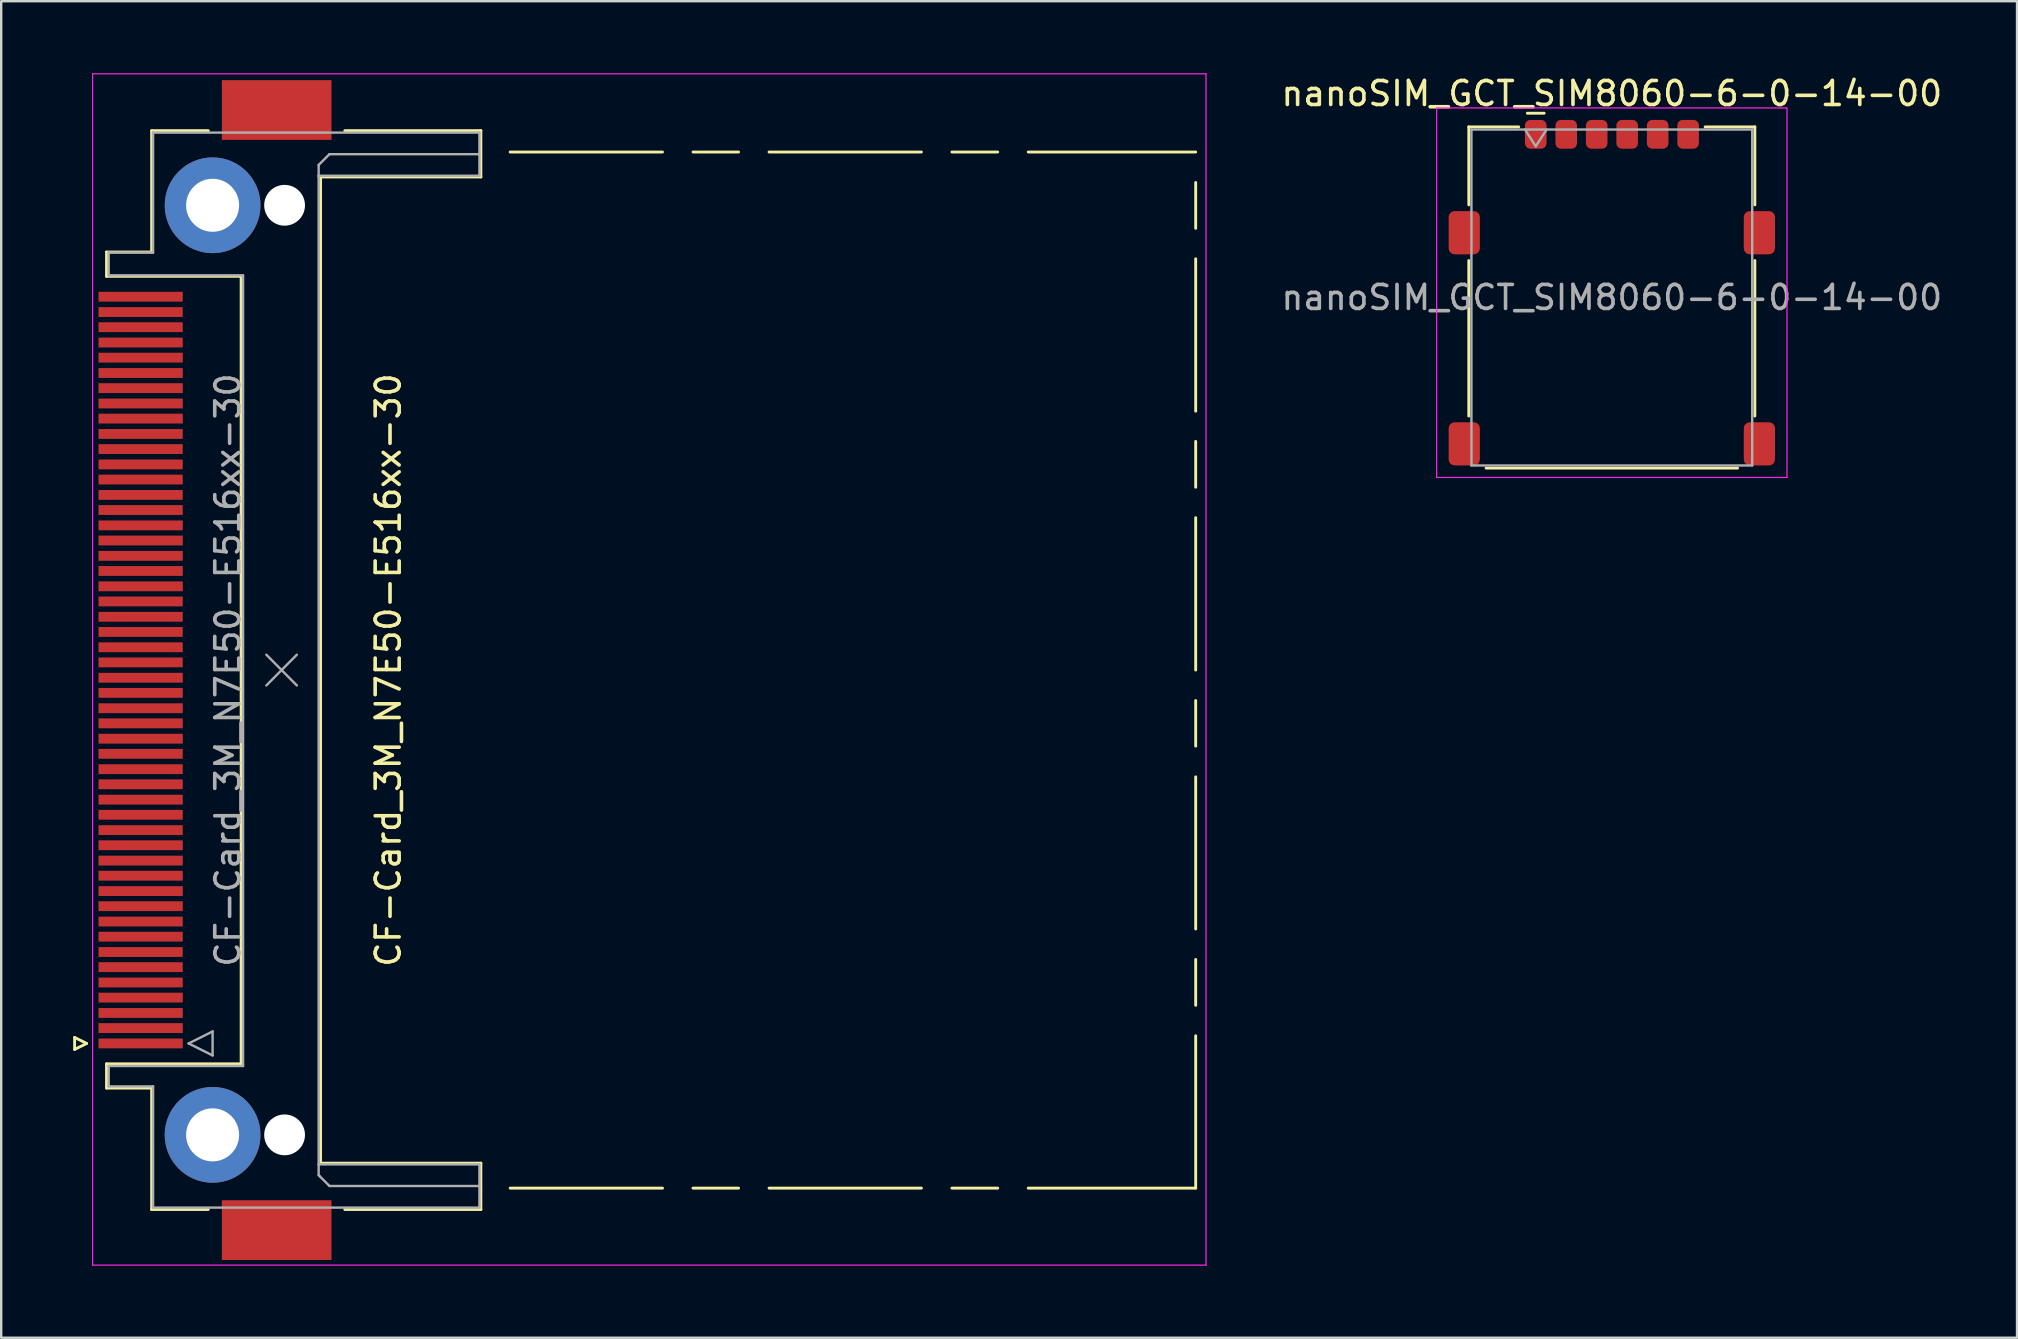
<source format=kicad_pcb>
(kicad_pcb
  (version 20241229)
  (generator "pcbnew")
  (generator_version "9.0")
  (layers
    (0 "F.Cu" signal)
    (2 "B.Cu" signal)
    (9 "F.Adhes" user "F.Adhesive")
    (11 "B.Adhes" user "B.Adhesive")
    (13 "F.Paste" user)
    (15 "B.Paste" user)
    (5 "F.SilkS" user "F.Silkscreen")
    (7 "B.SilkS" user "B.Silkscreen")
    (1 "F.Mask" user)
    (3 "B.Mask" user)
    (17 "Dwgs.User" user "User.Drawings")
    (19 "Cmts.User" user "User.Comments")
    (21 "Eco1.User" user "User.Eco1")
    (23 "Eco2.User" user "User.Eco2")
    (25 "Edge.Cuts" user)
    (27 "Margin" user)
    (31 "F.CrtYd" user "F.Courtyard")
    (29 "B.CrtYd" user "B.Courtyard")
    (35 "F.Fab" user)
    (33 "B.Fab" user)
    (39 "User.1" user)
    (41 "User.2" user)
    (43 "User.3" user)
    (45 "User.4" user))
  (footprint "CF-Card_3M_N7E50-E516xx-30"
    (layer "F.Cu")
    (at 5.91 24.875)
    (property "Reference" "CF-Card_3M_N7E50-E516xx-30" (at 7.22 0 90) (layer "F.SilkS") (effects (font (size 1 1) (thickness 0.15))))
    (attr smd)
    (fp_line (start -5.85 15.31) (end -5.35 15.56) (stroke (width 0.12) (type solid)) (layer "F.SilkS"))
    (fp_line (start -5.85 15.81) (end -5.85 15.31) (stroke (width 0.12) (type solid)) (layer "F.SilkS"))
    (fp_line (start -5.35 15.56) (end -5.85 15.81) (stroke (width 0.12) (type solid)) (layer "F.SilkS"))
    (fp_line (start -4.52 -17.42) (end -2.64 -17.42) (stroke (width 0.12) (type solid)) (layer "F.SilkS"))
    (fp_line (start -4.52 -16.41) (end -4.52 -17.42) (stroke (width 0.12) (type solid)) (layer "F.SilkS"))
    (fp_line (start -4.52 16.41) (end 1.09 16.41) (stroke (width 0.12) (type solid)) (layer "F.SilkS"))
    (fp_line (start -4.52 17.42) (end -4.52 16.41) (stroke (width 0.12) (type solid)) (layer "F.SilkS"))
    (fp_line (start -2.64 -22.48) (end -0.28 -22.48) (stroke (width 0.12) (type solid)) (layer "F.SilkS"))
    (fp_line (start -2.64 -17.42) (end -2.64 -22.48) (stroke (width 0.12) (type solid)) (layer "F.SilkS"))
    (fp_line (start -2.64 17.42) (end -4.52 17.42) (stroke (width 0.12) (type solid)) (layer "F.SilkS"))
    (fp_line (start -2.64 22.48) (end -2.64 17.42) (stroke (width 0.12) (type solid)) (layer "F.SilkS"))
    (fp_line (start -0.28 22.48) (end -2.64 22.48) (stroke (width 0.12) (type solid)) (layer "F.SilkS"))
    (fp_line (start 1.09 -16.41) (end -4.52 -16.41) (stroke (width 0.12) (type solid)) (layer "F.SilkS"))
    (fp_line (start 1.09 16.41) (end 1.09 -16.41) (stroke (width 0.12) (type solid)) (layer "F.SilkS"))
    (fp_line (start 4.4 -20.55) (end 11.08 -20.55) (stroke (width 0.12) (type solid)) (layer "F.SilkS"))
    (fp_line (start 4.4 20.55) (end 4.4 -20.55) (stroke (width 0.12) (type solid)) (layer "F.SilkS"))
    (fp_line (start 5.41 22.48) (end 11.08 22.48) (stroke (width 0.12) (type solid)) (layer "F.SilkS"))
    (fp_line (start 11.08 -22.48) (end 5.41 -22.48) (stroke (width 0.12) (type solid)) (layer "F.SilkS"))
    (fp_line (start 11.08 -20.55) (end 11.08 -22.48) (stroke (width 0.12) (type solid)) (layer "F.SilkS"))
    (fp_line (start 11.08 20.55) (end 4.4 20.55) (stroke (width 0.12) (type solid)) (layer "F.SilkS"))
    (fp_line (start 11.08 22.48) (end 11.08 20.55) (stroke (width 0.12) (type solid)) (layer "F.SilkS"))
    (fp_line (start 12.3 -21.59) (end 18.65 -21.59) (stroke (width 0.12) (type solid)) (layer "F.SilkS"))
    (fp_line (start 12.3 21.59) (end 18.65 21.59) (stroke (width 0.12) (type solid)) (layer "F.SilkS"))
    (fp_line (start 19.92 -21.59) (end 21.82 -21.59) (stroke (width 0.12) (type solid)) (layer "F.SilkS"))
    (fp_line (start 19.92 21.59) (end 21.82 21.59) (stroke (width 0.12) (type solid)) (layer "F.SilkS"))
    (fp_line (start 23.09 -21.59) (end 29.44 -21.59) (stroke (width 0.12) (type solid)) (layer "F.SilkS"))
    (fp_line (start 23.09 21.59) (end 29.44 21.59) (stroke (width 0.12) (type solid)) (layer "F.SilkS"))
    (fp_line (start 30.71 -21.59) (end 32.62 -21.59) (stroke (width 0.12) (type solid)) (layer "F.SilkS"))
    (fp_line (start 30.71 21.59) (end 32.62 21.59) (stroke (width 0.12) (type solid)) (layer "F.SilkS"))
    (fp_line (start 33.89 -21.59) (end 40.87 -21.59) (stroke (width 0.12) (type solid)) (layer "F.SilkS"))
    (fp_line (start 33.89 21.59) (end 40.87 21.59) (stroke (width 0.12) (type solid)) (layer "F.SilkS"))
    (fp_line (start 40.87 -18.41) (end 40.87 -20.32) (stroke (width 0.12) (type solid)) (layer "F.SilkS"))
    (fp_line (start 40.87 -10.79) (end 40.87 -17.14) (stroke (width 0.12) (type solid)) (layer "F.SilkS"))
    (fp_line (start 40.87 -7.62) (end 40.87 -9.53) (stroke (width 0.12) (type solid)) (layer "F.SilkS"))
    (fp_line (start 40.87 0) (end 40.87 -6.35) (stroke (width 0.12) (type solid)) (layer "F.SilkS"))
    (fp_line (start 40.87 3.17) (end 40.87 1.27) (stroke (width 0.12) (type solid)) (layer "F.SilkS"))
    (fp_line (start 40.87 10.79) (end 40.87 4.45) (stroke (width 0.12) (type solid)) (layer "F.SilkS"))
    (fp_line (start 40.87 13.97) (end 40.87 12.06) (stroke (width 0.12) (type solid)) (layer "F.SilkS"))
    (fp_line (start 40.87 21.59) (end 40.87 15.24) (stroke (width 0.12) (type solid)) (layer "F.SilkS"))
    (fp_line (start -5.1 -24.85) (end 41.3 -24.85) (stroke (width 0.05) (type solid)) (layer "F.CrtYd"))
    (fp_line (start -5.1 24.8) (end -5.1 -24.85) (stroke (width 0.05) (type solid)) (layer "F.CrtYd"))
    (fp_line (start -5.1 24.8) (end 41.3 24.8) (stroke (width 0.05) (type solid)) (layer "F.CrtYd"))
    (fp_line (start 41.3 24.8) (end 41.3 -24.85) (stroke (width 0.05) (type solid)) (layer "F.CrtYd"))
    (fp_line (start -4.43 -17.4) (end -4.43 -16.45) (stroke (width 0.1) (type solid)) (layer "F.Fab"))
    (fp_line (start -4.43 -16.45) (end 1.17 -16.45) (stroke (width 0.1) (type solid)) (layer "F.Fab"))
    (fp_line (start -4.43 16.5) (end -4.43 17.35) (stroke (width 0.1) (type solid)) (layer "F.Fab"))
    (fp_line (start -4.43 17.35) (end -2.58 17.35) (stroke (width 0.1) (type solid)) (layer "F.Fab"))
    (fp_line (start -2.58 -22.4) (end -2.58 -17.4) (stroke (width 0.1) (type solid)) (layer "F.Fab"))
    (fp_line (start -2.58 -17.4) (end -4.43 -17.4) (stroke (width 0.1) (type solid)) (layer "F.Fab"))
    (fp_line (start -2.58 17.35) (end -2.58 22.4) (stroke (width 0.1) (type solid)) (layer "F.Fab"))
    (fp_line (start -2.58 22.4) (end 11.02 22.4) (stroke (width 0.1) (type solid)) (layer "F.Fab"))
    (fp_line (start -1.1 15.56) (end -0.1 15.06) (stroke (width 0.1) (type solid)) (layer "F.Fab"))
    (fp_line (start -0.1 15.06) (end -0.1 16.06) (stroke (width 0.1) (type solid)) (layer "F.Fab"))
    (fp_line (start -0.1 16.06) (end -1.1 15.56) (stroke (width 0.1) (type solid)) (layer "F.Fab"))
    (fp_line (start 1.17 -16.45) (end 1.17 16.5) (stroke (width 0.1) (type solid)) (layer "F.Fab"))
    (fp_line (start 1.17 16.5) (end -4.43 16.5) (stroke (width 0.1) (type solid)) (layer "F.Fab"))
    (fp_line (start 2.14 -0.64) (end 3.41 0.64) (stroke (width 0.1) (type solid)) (layer "F.Fab"))
    (fp_line (start 2.14 0.64) (end 3.41 -0.64) (stroke (width 0.1) (type solid)) (layer "F.Fab"))
    (fp_line (start 4.32 -21.05) (end 4.32 -20.55) (stroke (width 0.1) (type solid)) (layer "F.Fab"))
    (fp_line (start 4.32 -20.6) (end 11.02 -20.6) (stroke (width 0.1) (type solid)) (layer "F.Fab"))
    (fp_line (start 4.32 20.6) (end 4.32 -20.6) (stroke (width 0.1) (type solid)) (layer "F.Fab"))
    (fp_line (start 4.32 21.05) (end 4.32 20.6) (stroke (width 0.1) (type solid)) (layer "F.Fab"))
    (fp_line (start 4.37 21.1) (end 4.32 21.05) (stroke (width 0.1) (type solid)) (layer "F.Fab"))
    (fp_line (start 4.77 -21.5) (end 4.32 -21.05) (stroke (width 0.1) (type solid)) (layer "F.Fab"))
    (fp_line (start 4.77 21.5) (end 4.37 21.1) (stroke (width 0.1) (type solid)) (layer "F.Fab"))
    (fp_line (start 11.02 -22.4) (end -2.58 -22.4) (stroke (width 0.1) (type solid)) (layer "F.Fab"))
    (fp_line (start 11.02 -21.5) (end 4.77 -21.5) (stroke (width 0.1) (type solid)) (layer "F.Fab"))
    (fp_line (start 11.02 -20.6) (end 11.02 -22.4) (stroke (width 0.1) (type solid)) (layer "F.Fab"))
    (fp_line (start 11.02 20.6) (end 4.32 20.6) (stroke (width 0.1) (type solid)) (layer "F.Fab"))
    (fp_line (start 11.02 21.5) (end 4.77 21.5) (stroke (width 0.1) (type solid)) (layer "F.Fab"))
    (fp_line (start 11.02 22.4) (end 11.02 20.6) (stroke (width 0.1) (type solid)) (layer "F.Fab"))
    (fp_text user "${REFERENCE}" (at 0.535 0 90) (layer "F.Fab") (effects (font (size 1 1) (thickness 0.15))))
    (pad "" thru_hole circle (at -0.1 -19.37 90) (size 3.99 3.99) (drill 2.21) (layers "*.Cu" "*.Mask"))
    (pad "" thru_hole circle (at -0.1 19.37 90) (size 3.99 3.99) (drill 2.21) (layers "*.Cu" "*.Mask"))
    (pad "" smd rect (at 2.57 -23.34 90) (size 2.49 4.57) (layers "F.Cu" "F.Mask" "F.Paste"))
    (pad "" smd rect (at 2.57 23.34 90) (size 2.49 4.57) (layers "F.Cu" "F.Mask" "F.Paste"))
    (pad "" np_thru_hole circle (at 2.9 -19.37 90) (size 1.7 1.7) (drill 1.7) (layers "*.Cu" "*.Mask"))
    (pad "" np_thru_hole circle (at 2.9 19.37 90) (size 1.7 1.7) (drill 1.7) (layers "*.Cu" "*.Mask"))
    (pad "1" smd rect (at -3.1 15.56 270) (size 0.41 3.51) (layers "F.Cu" "F.Mask" "F.Paste"))
    (pad "2" smd rect (at -3.1 14.29 270) (size 0.41 3.51) (layers "F.Cu" "F.Mask" "F.Paste"))
    (pad "3" smd rect (at -3.1 13.02 270) (size 0.41 3.51) (layers "F.Cu" "F.Mask" "F.Paste"))
    (pad "4" smd rect (at -3.1 11.75 270) (size 0.41 3.51) (layers "F.Cu" "F.Mask" "F.Paste"))
    (pad "5" smd rect (at -3.1 10.48 270) (size 0.41 3.51) (layers "F.Cu" "F.Mask" "F.Paste"))
    (pad "6" smd rect (at -3.1 9.21 270) (size 0.41 3.51) (layers "F.Cu" "F.Mask" "F.Paste"))
    (pad "7" smd rect (at -3.1 7.94 270) (size 0.41 3.51) (layers "F.Cu" "F.Mask" "F.Paste"))
    (pad "8" smd rect (at -3.1 6.67 270) (size 0.41 3.51) (layers "F.Cu" "F.Mask" "F.Paste"))
    (pad "9" smd rect (at -3.1 5.4 270) (size 0.41 3.51) (layers "F.Cu" "F.Mask" "F.Paste"))
    (pad "10" smd rect (at -3.1 4.13 270) (size 0.41 3.51) (layers "F.Cu" "F.Mask" "F.Paste"))
    (pad "11" smd rect (at -3.1 2.86 270) (size 0.41 3.51) (layers "F.Cu" "F.Mask" "F.Paste"))
    (pad "12" smd rect (at -3.1 1.59 270) (size 0.41 3.51) (layers "F.Cu" "F.Mask" "F.Paste"))
    (pad "13" smd rect (at -3.1 0.32 270) (size 0.41 3.51) (layers "F.Cu" "F.Mask" "F.Paste"))
    (pad "14" smd rect (at -3.1 -0.95 270) (size 0.41 3.51) (layers "F.Cu" "F.Mask" "F.Paste"))
    (pad "15" smd rect (at -3.1 -2.22 270) (size 0.41 3.51) (layers "F.Cu" "F.Mask" "F.Paste"))
    (pad "16" smd rect (at -3.1 -3.49 270) (size 0.41 3.51) (layers "F.Cu" "F.Mask" "F.Paste"))
    (pad "17" smd rect (at -3.1 -4.76 270) (size 0.41 3.51) (layers "F.Cu" "F.Mask" "F.Paste"))
    (pad "18" smd rect (at -3.1 -6.03 270) (size 0.41 3.51) (layers "F.Cu" "F.Mask" "F.Paste"))
    (pad "19" smd rect (at -3.1 -7.3 270) (size 0.41 3.51) (layers "F.Cu" "F.Mask" "F.Paste"))
    (pad "20" smd rect (at -3.1 -8.57 270) (size 0.41 3.51) (layers "F.Cu" "F.Mask" "F.Paste"))
    (pad "21" smd rect (at -3.1 -9.84 270) (size 0.41 3.51) (layers "F.Cu" "F.Mask" "F.Paste"))
    (pad "22" smd rect (at -3.1 -11.11 270) (size 0.41 3.51) (layers "F.Cu" "F.Mask" "F.Paste"))
    (pad "23" smd rect (at -3.1 -12.38 270) (size 0.41 3.51) (layers "F.Cu" "F.Mask" "F.Paste"))
    (pad "24" smd rect (at -3.1 -13.65 270) (size 0.41 3.51) (layers "F.Cu" "F.Mask" "F.Paste"))
    (pad "25" smd rect (at -3.1 -14.92 270) (size 0.41 3.51) (layers "F.Cu" "F.Mask" "F.Paste"))
    (pad "26" smd rect (at -3.1 14.92 270) (size 0.41 3.51) (layers "F.Cu" "F.Mask" "F.Paste"))
    (pad "27" smd rect (at -3.1 13.65 270) (size 0.41 3.51) (layers "F.Cu" "F.Mask" "F.Paste"))
    (pad "28" smd rect (at -3.1 12.38 270) (size 0.41 3.51) (layers "F.Cu" "F.Mask" "F.Paste"))
    (pad "29" smd rect (at -3.1 11.11 270) (size 0.41 3.51) (layers "F.Cu" "F.Mask" "F.Paste"))
    (pad "30" smd rect (at -3.1 9.84 270) (size 0.41 3.51) (layers "F.Cu" "F.Mask" "F.Paste"))
    (pad "31" smd rect (at -3.1 8.57 270) (size 0.41 3.51) (layers "F.Cu" "F.Mask" "F.Paste"))
    (pad "32" smd rect (at -3.1 7.3 270) (size 0.41 3.51) (layers "F.Cu" "F.Mask" "F.Paste"))
    (pad "33" smd rect (at -3.1 6.03 270) (size 0.41 3.51) (layers "F.Cu" "F.Mask" "F.Paste"))
    (pad "34" smd rect (at -3.1 4.76 270) (size 0.41 3.51) (layers "F.Cu" "F.Mask" "F.Paste"))
    (pad "35" smd rect (at -3.1 3.49 270) (size 0.41 3.51) (layers "F.Cu" "F.Mask" "F.Paste"))
    (pad "36" smd rect (at -3.1 2.22 270) (size 0.41 3.51) (layers "F.Cu" "F.Mask" "F.Paste"))
    (pad "37" smd rect (at -3.1 0.95 270) (size 0.41 3.51) (layers "F.Cu" "F.Mask" "F.Paste"))
    (pad "38" smd rect (at -3.1 -0.32 270) (size 0.41 3.51) (layers "F.Cu" "F.Mask" "F.Paste"))
    (pad "39" smd rect (at -3.1 -1.59 270) (size 0.41 3.51) (layers "F.Cu" "F.Mask" "F.Paste"))
    (pad "40" smd rect (at -3.1 -2.86 270) (size 0.41 3.51) (layers "F.Cu" "F.Mask" "F.Paste"))
    (pad "41" smd rect (at -3.1 -4.13 270) (size 0.41 3.51) (layers "F.Cu" "F.Mask" "F.Paste"))
    (pad "42" smd rect (at -3.1 -5.4 270) (size 0.41 3.51) (layers "F.Cu" "F.Mask" "F.Paste"))
    (pad "43" smd rect (at -3.1 -6.67 270) (size 0.41 3.51) (layers "F.Cu" "F.Mask" "F.Paste"))
    (pad "44" smd rect (at -3.1 -7.94 270) (size 0.41 3.51) (layers "F.Cu" "F.Mask" "F.Paste"))
    (pad "45" smd rect (at -3.1 -9.21 270) (size 0.41 3.51) (layers "F.Cu" "F.Mask" "F.Paste"))
    (pad "46" smd rect (at -3.1 -10.48 270) (size 0.41 3.51) (layers "F.Cu" "F.Mask" "F.Paste"))
    (pad "47" smd rect (at -3.1 -11.75 270) (size 0.41 3.51) (layers "F.Cu" "F.Mask" "F.Paste"))
    (pad "48" smd rect (at -3.1 -13.02 270) (size 0.41 3.51) (layers "F.Cu" "F.Mask" "F.Paste"))
    (pad "49" smd rect (at -3.1 -14.29 270) (size 0.41 3.51) (layers "F.Cu" "F.Mask" "F.Paste"))
    (pad "50" smd rect (at -3.1 -15.56 270) (size 0.41 3.51) (layers "F.Cu" "F.Mask" "F.Paste")))
  (footprint "nanoSIM_GCT_SIM8060-6-0-14-00"
    (layer "F.Cu")
    (at 64.122 9.348)
    (property "Reference" "nanoSIM_GCT_SIM8060-6-0-14-00" (at 0 -8.5 0) (layer "F.SilkS") (effects (font (size 1 1) (thickness 0.15))))
    (attr smd)
    (fp_line (start -5.96 -7.11) (end -5.96 -3.86) (stroke (width 0.12) (type default)) (layer "F.SilkS"))
    (fp_line (start -5.96 -7.11) (end -3.88 -7.11) (stroke (width 0.12) (type default)) (layer "F.SilkS"))
    (fp_line (start -5.96 -1.54) (end -5.96 4.94) (stroke (width 0.12) (type default)) (layer "F.SilkS"))
    (fp_line (start -5.24 7.11) (end 5.24 7.11) (stroke (width 0.12) (type default)) (layer "F.SilkS"))
    (fp_line (start -3.52 -7.68) (end -2.82 -7.68) (stroke (width 0.12) (type default)) (layer "F.SilkS"))
    (fp_line (start 3.89 -7.11) (end 5.96 -7.11) (stroke (width 0.12) (type default)) (layer "F.SilkS"))
    (fp_line (start 5.96 -7.11) (end 5.96 -3.86) (stroke (width 0.12) (type default)) (layer "F.SilkS"))
    (fp_line (start 5.96 -1.54) (end 5.96 4.94) (stroke (width 0.12) (type default)) (layer "F.SilkS"))
    (fp_line (start -7.3 -7.9) (end -7.3 7.5) (stroke (width 0.05) (type default)) (layer "F.CrtYd"))
    (fp_line (start -7.3 -7.9) (end 7.3 -7.9) (stroke (width 0.05) (type default)) (layer "F.CrtYd"))
    (fp_line (start -7.3 7.5) (end 7.3 7.5) (stroke (width 0.05) (type default)) (layer "F.CrtYd"))
    (fp_line (start 7.3 -7.9) (end 7.3 7.5) (stroke (width 0.05) (type default)) (layer "F.CrtYd"))
    (fp_line (start -5.85 -7) (end -5.85 7) (stroke (width 0.1) (type default)) (layer "F.Fab"))
    (fp_line (start -5.85 -7) (end 5.85 -7) (stroke (width 0.1) (type default)) (layer "F.Fab"))
    (fp_line (start -5.85 7) (end 5.85 7) (stroke (width 0.1) (type default)) (layer "F.Fab"))
    (fp_line (start -3.17 -6.3) (end -3.62 -7) (stroke (width 0.1) (type default)) (layer "F.Fab"))
    (fp_line (start -3.17 -6.3) (end -2.72 -7) (stroke (width 0.1) (type default)) (layer "F.Fab"))
    (fp_line (start 5.85 -7) (end 5.85 7) (stroke (width 0.1) (type default)) (layer "F.Fab"))
    (fp_text user "${REFERENCE}" (at 0 0 0) (layer "F.Fab") (effects (font (size 1 1) (thickness 0.15))))
    (pad "1" smd roundrect (at -3.17 -6.8) (size 0.9 1.2) (layers "F.Cu" "F.Mask" "F.Paste") (roundrect_rratio 0.25))
    (pad "2" smd roundrect (at -0.63 -6.8) (size 0.9 1.2) (layers "F.Cu" "F.Mask" "F.Paste") (roundrect_rratio 0.25))
    (pad "3" smd roundrect (at 1.91 -6.8) (size 0.9 1.2) (layers "F.Cu" "F.Mask" "F.Paste") (roundrect_rratio 0.25))
    (pad "5" smd roundrect (at -1.9 -6.8) (size 0.9 1.2) (layers "F.Cu" "F.Mask" "F.Paste") (roundrect_rratio 0.25))
    (pad "6" smd roundrect (at 0.64 -6.8) (size 0.9 1.2) (layers "F.Cu" "F.Mask" "F.Paste") (roundrect_rratio 0.25))
    (pad "7" smd roundrect (at 3.18 -6.8) (size 0.9 1.2) (layers "F.Cu" "F.Mask" "F.Paste") (roundrect_rratio 0.25))
    (pad "SH" smd roundrect (at -6.15 -2.7) (size 1.3 1.8) (layers "F.Cu" "F.Mask" "F.Paste") (roundrect_rratio 0.192))
    (pad "SH" smd roundrect (at -6.15 6.1) (size 1.3 1.8) (layers "F.Cu" "F.Mask" "F.Paste") (roundrect_rratio 0.192))
    (pad "SH" smd roundrect (at 6.15 -2.7) (size 1.3 1.8) (layers "F.Cu" "F.Mask" "F.Paste") (roundrect_rratio 0.192))
    (pad "SH" smd roundrect (at 6.15 6.1) (size 1.3 1.8) (layers "F.Cu" "F.Mask" "F.Paste") (roundrect_rratio 0.192))
    (zone (net_name "") (layers "F.Cu" "F.CrtYd") (hatch edge 0.5) (connect_pads) (min_thickness 0.25) (filled_areas_thickness no) (keepout (tracks not_allowed) (vias not_allowed) (pads not_allowed) (copperpour not_allowed) (footprints allowed)) (placement (enabled no)) (fill) (polygon (pts (xy 60.192 11.948) (xy 62.632 11.948) (xy 62.632 15.648) (xy 60.192 15.648))))
    (zone (net_name "") (layers "F.Cu" "F.CrtYd") (hatch edge 0.5) (connect_pads) (min_thickness 0.25) (filled_areas_thickness no) (keepout (tracks not_allowed) (vias not_allowed) (pads not_allowed) (copperpour not_allowed) (footprints allowed)) (placement (enabled no)) (fill) (polygon (pts (xy 60.932 4.928) (xy 62.232 4.928) (xy 62.232 8.628) (xy 60.932 8.628))))
    (zone (net_name "") (layers "F.Cu" "F.CrtYd") (hatch edge 0.5) (connect_pads) (min_thickness 0.25) (filled_areas_thickness no) (keepout (tracks not_allowed) (vias not_allowed) (pads not_allowed) (copperpour not_allowed) (footprints allowed)) (placement (enabled no)) (fill) (polygon (pts (xy 63.472 4.928) (xy 63.472 8.628) (xy 64.772 8.628) (xy 64.772 4.928))))
    (zone (net_name "") (layers "F.Cu" "F.CrtYd") (hatch edge 0.5) (connect_pads) (min_thickness 0.25) (filled_areas_thickness no) (keepout (tracks not_allowed) (vias not_allowed) (pads not_allowed) (copperpour not_allowed) (footprints allowed)) (placement (enabled no)) (fill) (polygon (pts (xy 63.472 11.948) (xy 64.772 11.948) (xy 64.772 15.648) (xy 63.472 15.648))))
    (zone (net_name "") (layers "F.Cu" "F.CrtYd") (hatch edge 0.5) (connect_pads) (min_thickness 0.25) (filled_areas_thickness no) (keepout (tracks not_allowed) (vias not_allowed) (pads not_allowed) (copperpour not_allowed) (footprints allowed)) (placement (enabled no)) (fill) (polygon (pts (xy 66.012 4.928) (xy 66.012 8.628) (xy 67.312 8.628) (xy 67.312 4.928))))
    (zone (net_name "") (layers "F.Cu" "F.CrtYd") (hatch edge 0.5) (connect_pads) (min_thickness 0.25) (filled_areas_thickness no) (keepout (tracks not_allowed) (vias not_allowed) (pads not_allowed) (copperpour not_allowed) (footprints allowed)) (placement (enabled no)) (fill) (polygon (pts (xy 66.012 11.948) (xy 67.312 11.948) (xy 67.312 15.648) (xy 66.012 15.648)))))
  (gr_rect
    (start -3 -3)
    (end 81.009 52.7)
    (stroke (width 0.1) (type default))
    (fill no)
    (layer "Edge.Cuts")))
</source>
